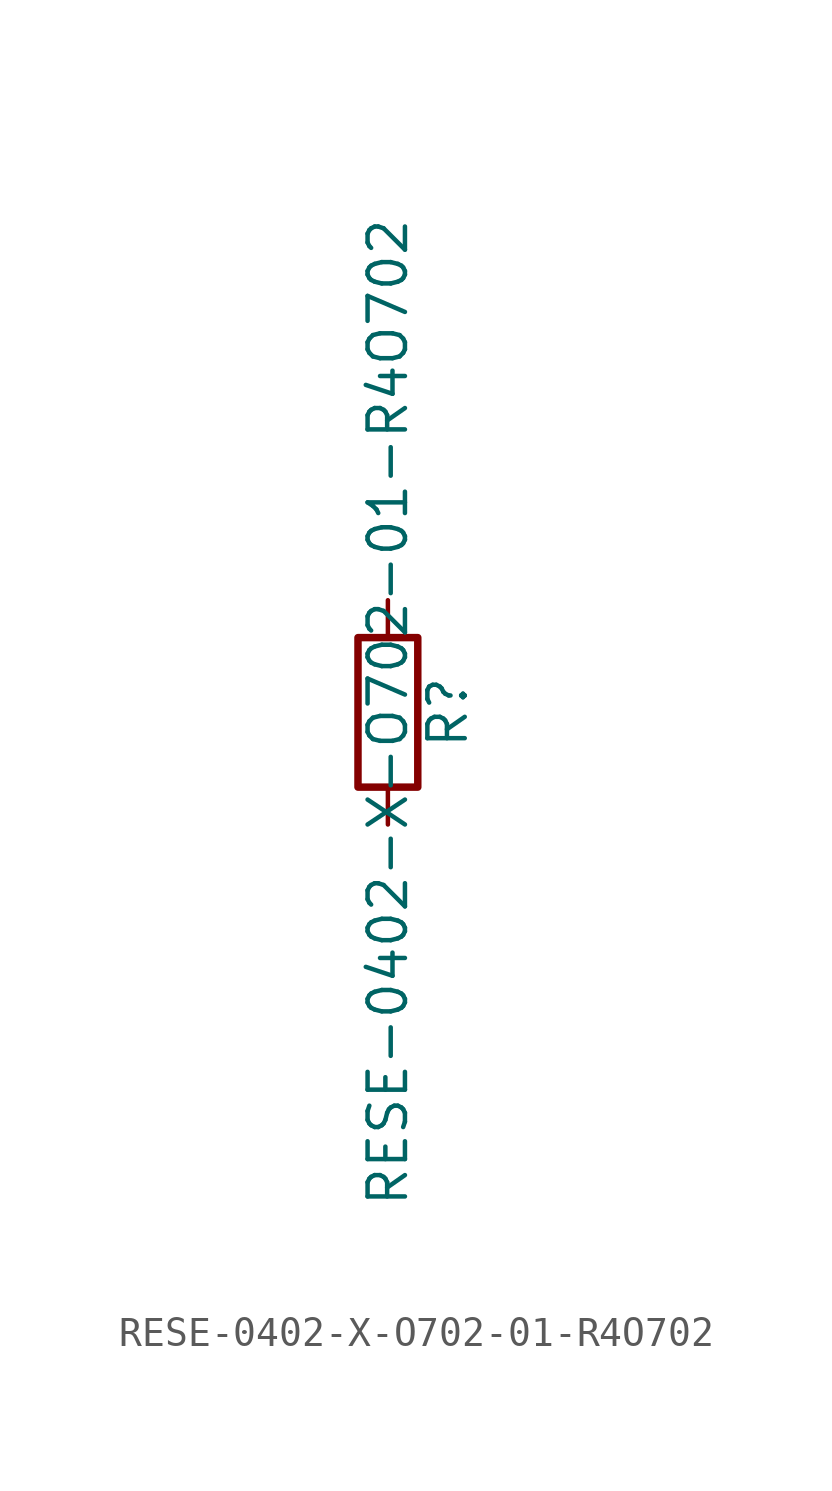
<source format=kicad_sym>
(kicad_symbol_lib
  (version 20211014)
  (generator kicad_symbol_editor)
  (symbol "RESE-0402-X-O702-01-R4O702"
    (pin_numbers hide)
    (pin_names
      (offset 0))
    (property "Reference" "R"
      (at 2.032 0 90)
      (effects (font (size 1.27 1.27))))
    (property "Value" "RESE-0402-X-O702-01-R4O702"
      (at 0 0 90)
      (effects (font (size 1.27 1.27))))
    (symbol "RESE-0402-X-O702-01-R4O702_0_1"
      (rectangle (start -1.016 -2.54) (end 1.016 2.54) (stroke (width 0.254) (type default) (color 0 0 0 0)) (fill (type none))))
    (symbol "RESE-0402-X-O702-01-R4O702_1_1"
      (pin passive line (at 0 3.81 270) (length 1.27) (name "~" (effects (font (size 1.27 1.27)))) (number "1" (effects (font (size 1.27 1.27)))))
      (pin passive line (at 0 -3.81 90) (length 1.27) (name "~" (effects (font (size 1.27 1.27)))) (number "2" (effects (font (size 1.27 1.27))))))))
</source>
